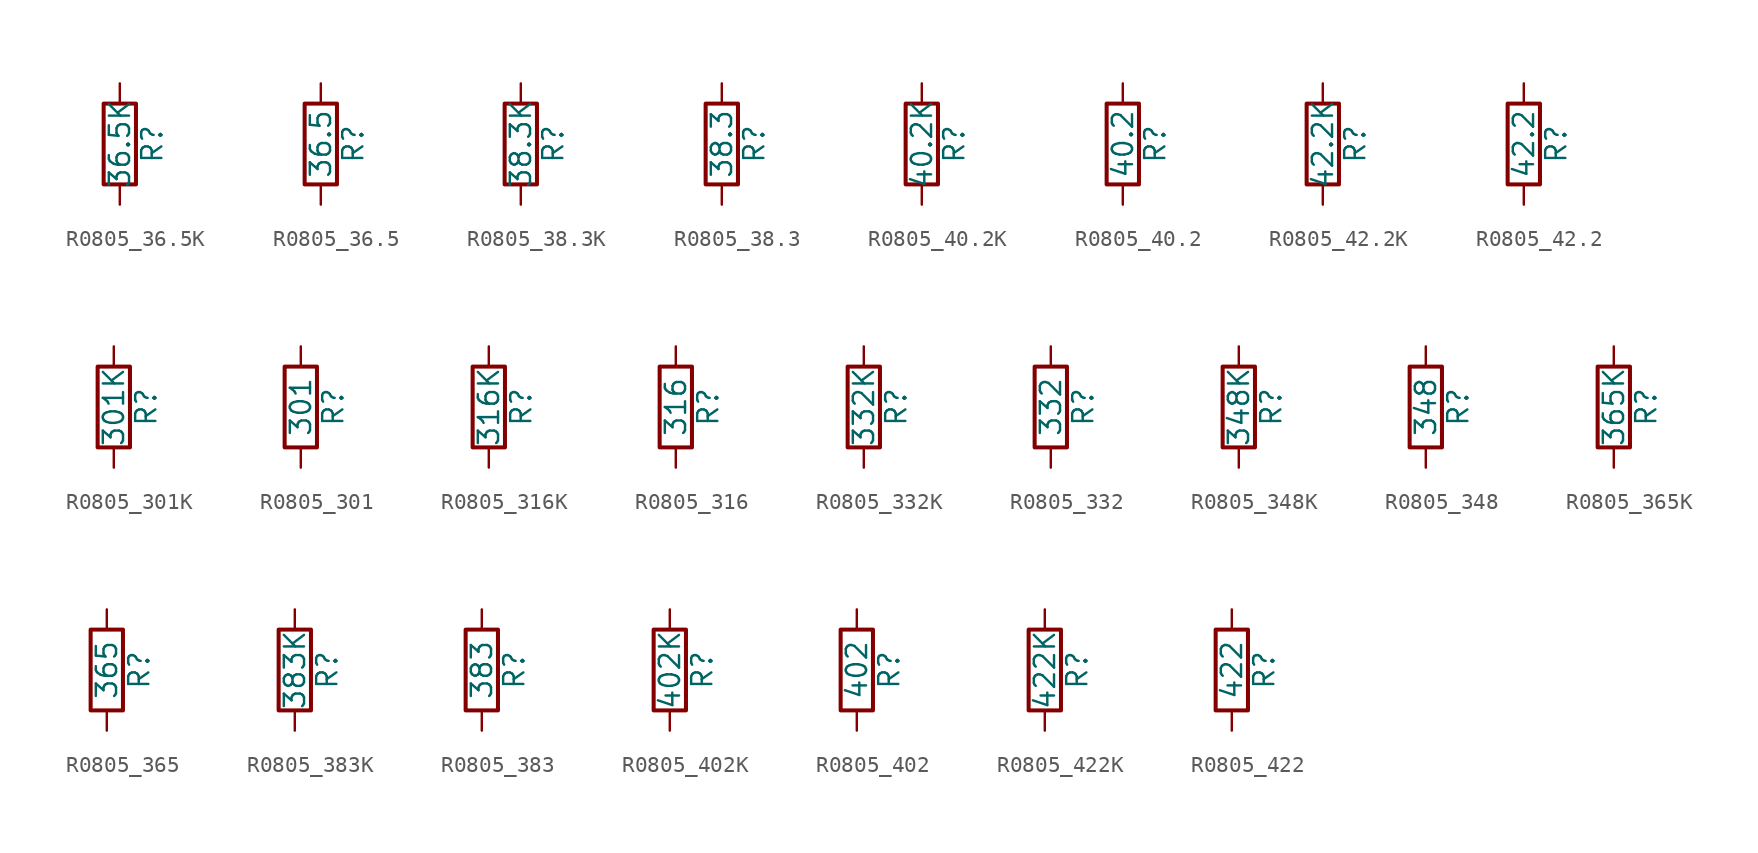
<source format=kicad_sym>
(kicad_symbol_lib
  (version 20211014)
  (generator atlantix-eda)
  (symbol "R0805_36.5K"
    (pin_numbers hide)
    (pin_names
      (offset 0))
    (property "Reference" "R"
      (at 2.032 0 90)
      (effects (font (size 1.27 1.27))))
    (property "Value" "36.5K"
      (at 0 0 90)
      (effects (font (size 1.27 1.27))))
    (symbol "R0805_36.5K_0_1"
      (rectangle (start -1.016 -2.54) (end 1.016 2.54) (stroke (width 0.254) (type default) (color 0 0 0 0)) (fill (type none))))
    (symbol "R0805_36.5K_1_1"
      (pin passive line (at 0 3.81 270) (length 1.27) (name "~" (effects (font (size 1.27 1.27)))) (number "1" (effects (font (size 1.27 1.27)))))
      (pin passive line (at 0 -3.81 90) (length 1.27) (name "~" (effects (font (size 1.27 1.27)))) (number "2" (effects (font (size 1.27 1.27)))))))
  (symbol "R0805_36.5"
    (pin_numbers hide)
    (pin_names
      (offset 0))
    (property "Reference" "R"
      (at 2.032 0 90)
      (effects (font (size 1.27 1.27))))
    (property "Value" "36.5"
      (at 0 0 90)
      (effects (font (size 1.27 1.27))))
    (symbol "R0805_36.5_0_1"
      (rectangle (start -1.016 -2.54) (end 1.016 2.54) (stroke (width 0.254) (type default) (color 0 0 0 0)) (fill (type none))))
    (symbol "R0805_36.5_1_1"
      (pin passive line (at 0 3.81 270) (length 1.27) (name "~" (effects (font (size 1.27 1.27)))) (number "1" (effects (font (size 1.27 1.27)))))
      (pin passive line (at 0 -3.81 90) (length 1.27) (name "~" (effects (font (size 1.27 1.27)))) (number "2" (effects (font (size 1.27 1.27)))))))
  (symbol "R0805_38.3K"
    (pin_numbers hide)
    (pin_names
      (offset 0))
    (property "Reference" "R"
      (at 2.032 0 90)
      (effects (font (size 1.27 1.27))))
    (property "Value" "38.3K"
      (at 0 0 90)
      (effects (font (size 1.27 1.27))))
    (symbol "R0805_38.3K_0_1"
      (rectangle (start -1.016 -2.54) (end 1.016 2.54) (stroke (width 0.254) (type default) (color 0 0 0 0)) (fill (type none))))
    (symbol "R0805_38.3K_1_1"
      (pin passive line (at 0 3.81 270) (length 1.27) (name "~" (effects (font (size 1.27 1.27)))) (number "1" (effects (font (size 1.27 1.27)))))
      (pin passive line (at 0 -3.81 90) (length 1.27) (name "~" (effects (font (size 1.27 1.27)))) (number "2" (effects (font (size 1.27 1.27)))))))
  (symbol "R0805_38.3"
    (pin_numbers hide)
    (pin_names
      (offset 0))
    (property "Reference" "R"
      (at 2.032 0 90)
      (effects (font (size 1.27 1.27))))
    (property "Value" "38.3"
      (at 0 0 90)
      (effects (font (size 1.27 1.27))))
    (symbol "R0805_38.3_0_1"
      (rectangle (start -1.016 -2.54) (end 1.016 2.54) (stroke (width 0.254) (type default) (color 0 0 0 0)) (fill (type none))))
    (symbol "R0805_38.3_1_1"
      (pin passive line (at 0 3.81 270) (length 1.27) (name "~" (effects (font (size 1.27 1.27)))) (number "1" (effects (font (size 1.27 1.27)))))
      (pin passive line (at 0 -3.81 90) (length 1.27) (name "~" (effects (font (size 1.27 1.27)))) (number "2" (effects (font (size 1.27 1.27)))))))
  (symbol "R0805_40.2K"
    (pin_numbers hide)
    (pin_names
      (offset 0))
    (property "Reference" "R"
      (at 2.032 0 90)
      (effects (font (size 1.27 1.27))))
    (property "Value" "40.2K"
      (at 0 0 90)
      (effects (font (size 1.27 1.27))))
    (symbol "R0805_40.2K_0_1"
      (rectangle (start -1.016 -2.54) (end 1.016 2.54) (stroke (width 0.254) (type default) (color 0 0 0 0)) (fill (type none))))
    (symbol "R0805_40.2K_1_1"
      (pin passive line (at 0 3.81 270) (length 1.27) (name "~" (effects (font (size 1.27 1.27)))) (number "1" (effects (font (size 1.27 1.27)))))
      (pin passive line (at 0 -3.81 90) (length 1.27) (name "~" (effects (font (size 1.27 1.27)))) (number "2" (effects (font (size 1.27 1.27)))))))
  (symbol "R0805_40.2"
    (pin_numbers hide)
    (pin_names
      (offset 0))
    (property "Reference" "R"
      (at 2.032 0 90)
      (effects (font (size 1.27 1.27))))
    (property "Value" "40.2"
      (at 0 0 90)
      (effects (font (size 1.27 1.27))))
    (symbol "R0805_40.2_0_1"
      (rectangle (start -1.016 -2.54) (end 1.016 2.54) (stroke (width 0.254) (type default) (color 0 0 0 0)) (fill (type none))))
    (symbol "R0805_40.2_1_1"
      (pin passive line (at 0 3.81 270) (length 1.27) (name "~" (effects (font (size 1.27 1.27)))) (number "1" (effects (font (size 1.27 1.27)))))
      (pin passive line (at 0 -3.81 90) (length 1.27) (name "~" (effects (font (size 1.27 1.27)))) (number "2" (effects (font (size 1.27 1.27)))))))
  (symbol "R0805_42.2K"
    (pin_numbers hide)
    (pin_names
      (offset 0))
    (property "Reference" "R"
      (at 2.032 0 90)
      (effects (font (size 1.27 1.27))))
    (property "Value" "42.2K"
      (at 0 0 90)
      (effects (font (size 1.27 1.27))))
    (symbol "R0805_42.2K_0_1"
      (rectangle (start -1.016 -2.54) (end 1.016 2.54) (stroke (width 0.254) (type default) (color 0 0 0 0)) (fill (type none))))
    (symbol "R0805_42.2K_1_1"
      (pin passive line (at 0 3.81 270) (length 1.27) (name "~" (effects (font (size 1.27 1.27)))) (number "1" (effects (font (size 1.27 1.27)))))
      (pin passive line (at 0 -3.81 90) (length 1.27) (name "~" (effects (font (size 1.27 1.27)))) (number "2" (effects (font (size 1.27 1.27)))))))
  (symbol "R0805_42.2"
    (pin_numbers hide)
    (pin_names
      (offset 0))
    (property "Reference" "R"
      (at 2.032 0 90)
      (effects (font (size 1.27 1.27))))
    (property "Value" "42.2"
      (at 0 0 90)
      (effects (font (size 1.27 1.27))))
    (symbol "R0805_42.2_0_1"
      (rectangle (start -1.016 -2.54) (end 1.016 2.54) (stroke (width 0.254) (type default) (color 0 0 0 0)) (fill (type none))))
    (symbol "R0805_42.2_1_1"
      (pin passive line (at 0 3.81 270) (length 1.27) (name "~" (effects (font (size 1.27 1.27)))) (number "1" (effects (font (size 1.27 1.27)))))
      (pin passive line (at 0 -3.81 90) (length 1.27) (name "~" (effects (font (size 1.27 1.27)))) (number "2" (effects (font (size 1.27 1.27)))))))
  (symbol "R0805_301K"
    (pin_numbers hide)
    (pin_names
      (offset 0))
    (property "Reference" "R"
      (at 2.032 0 90)
      (effects (font (size 1.27 1.27))))
    (property "Value" "301K"
      (at 0 0 90)
      (effects (font (size 1.27 1.27))))
    (symbol "R0805_301K_0_1"
      (rectangle (start -1.016 -2.54) (end 1.016 2.54) (stroke (width 0.254) (type default) (color 0 0 0 0)) (fill (type none))))
    (symbol "R0805_301K_1_1"
      (pin passive line (at 0 3.81 270) (length 1.27) (name "~" (effects (font (size 1.27 1.27)))) (number "1" (effects (font (size 1.27 1.27)))))
      (pin passive line (at 0 -3.81 90) (length 1.27) (name "~" (effects (font (size 1.27 1.27)))) (number "2" (effects (font (size 1.27 1.27)))))))
  (symbol "R0805_301"
    (pin_numbers hide)
    (pin_names
      (offset 0))
    (property "Reference" "R"
      (at 2.032 0 90)
      (effects (font (size 1.27 1.27))))
    (property "Value" "301"
      (at 0 0 90)
      (effects (font (size 1.27 1.27))))
    (symbol "R0805_301_0_1"
      (rectangle (start -1.016 -2.54) (end 1.016 2.54) (stroke (width 0.254) (type default) (color 0 0 0 0)) (fill (type none))))
    (symbol "R0805_301_1_1"
      (pin passive line (at 0 3.81 270) (length 1.27) (name "~" (effects (font (size 1.27 1.27)))) (number "1" (effects (font (size 1.27 1.27)))))
      (pin passive line (at 0 -3.81 90) (length 1.27) (name "~" (effects (font (size 1.27 1.27)))) (number "2" (effects (font (size 1.27 1.27)))))))
  (symbol "R0805_316K"
    (pin_numbers hide)
    (pin_names
      (offset 0))
    (property "Reference" "R"
      (at 2.032 0 90)
      (effects (font (size 1.27 1.27))))
    (property "Value" "316K"
      (at 0 0 90)
      (effects (font (size 1.27 1.27))))
    (symbol "R0805_316K_0_1"
      (rectangle (start -1.016 -2.54) (end 1.016 2.54) (stroke (width 0.254) (type default) (color 0 0 0 0)) (fill (type none))))
    (symbol "R0805_316K_1_1"
      (pin passive line (at 0 3.81 270) (length 1.27) (name "~" (effects (font (size 1.27 1.27)))) (number "1" (effects (font (size 1.27 1.27)))))
      (pin passive line (at 0 -3.81 90) (length 1.27) (name "~" (effects (font (size 1.27 1.27)))) (number "2" (effects (font (size 1.27 1.27)))))))
  (symbol "R0805_316"
    (pin_numbers hide)
    (pin_names
      (offset 0))
    (property "Reference" "R"
      (at 2.032 0 90)
      (effects (font (size 1.27 1.27))))
    (property "Value" "316"
      (at 0 0 90)
      (effects (font (size 1.27 1.27))))
    (symbol "R0805_316_0_1"
      (rectangle (start -1.016 -2.54) (end 1.016 2.54) (stroke (width 0.254) (type default) (color 0 0 0 0)) (fill (type none))))
    (symbol "R0805_316_1_1"
      (pin passive line (at 0 3.81 270) (length 1.27) (name "~" (effects (font (size 1.27 1.27)))) (number "1" (effects (font (size 1.27 1.27)))))
      (pin passive line (at 0 -3.81 90) (length 1.27) (name "~" (effects (font (size 1.27 1.27)))) (number "2" (effects (font (size 1.27 1.27)))))))
  (symbol "R0805_332K"
    (pin_numbers hide)
    (pin_names
      (offset 0))
    (property "Reference" "R"
      (at 2.032 0 90)
      (effects (font (size 1.27 1.27))))
    (property "Value" "332K"
      (at 0 0 90)
      (effects (font (size 1.27 1.27))))
    (symbol "R0805_332K_0_1"
      (rectangle (start -1.016 -2.54) (end 1.016 2.54) (stroke (width 0.254) (type default) (color 0 0 0 0)) (fill (type none))))
    (symbol "R0805_332K_1_1"
      (pin passive line (at 0 3.81 270) (length 1.27) (name "~" (effects (font (size 1.27 1.27)))) (number "1" (effects (font (size 1.27 1.27)))))
      (pin passive line (at 0 -3.81 90) (length 1.27) (name "~" (effects (font (size 1.27 1.27)))) (number "2" (effects (font (size 1.27 1.27)))))))
  (symbol "R0805_332"
    (pin_numbers hide)
    (pin_names
      (offset 0))
    (property "Reference" "R"
      (at 2.032 0 90)
      (effects (font (size 1.27 1.27))))
    (property "Value" "332"
      (at 0 0 90)
      (effects (font (size 1.27 1.27))))
    (symbol "R0805_332_0_1"
      (rectangle (start -1.016 -2.54) (end 1.016 2.54) (stroke (width 0.254) (type default) (color 0 0 0 0)) (fill (type none))))
    (symbol "R0805_332_1_1"
      (pin passive line (at 0 3.81 270) (length 1.27) (name "~" (effects (font (size 1.27 1.27)))) (number "1" (effects (font (size 1.27 1.27)))))
      (pin passive line (at 0 -3.81 90) (length 1.27) (name "~" (effects (font (size 1.27 1.27)))) (number "2" (effects (font (size 1.27 1.27)))))))
  (symbol "R0805_348K"
    (pin_numbers hide)
    (pin_names
      (offset 0))
    (property "Reference" "R"
      (at 2.032 0 90)
      (effects (font (size 1.27 1.27))))
    (property "Value" "348K"
      (at 0 0 90)
      (effects (font (size 1.27 1.27))))
    (symbol "R0805_348K_0_1"
      (rectangle (start -1.016 -2.54) (end 1.016 2.54) (stroke (width 0.254) (type default) (color 0 0 0 0)) (fill (type none))))
    (symbol "R0805_348K_1_1"
      (pin passive line (at 0 3.81 270) (length 1.27) (name "~" (effects (font (size 1.27 1.27)))) (number "1" (effects (font (size 1.27 1.27)))))
      (pin passive line (at 0 -3.81 90) (length 1.27) (name "~" (effects (font (size 1.27 1.27)))) (number "2" (effects (font (size 1.27 1.27)))))))
  (symbol "R0805_348"
    (pin_numbers hide)
    (pin_names
      (offset 0))
    (property "Reference" "R"
      (at 2.032 0 90)
      (effects (font (size 1.27 1.27))))
    (property "Value" "348"
      (at 0 0 90)
      (effects (font (size 1.27 1.27))))
    (symbol "R0805_348_0_1"
      (rectangle (start -1.016 -2.54) (end 1.016 2.54) (stroke (width 0.254) (type default) (color 0 0 0 0)) (fill (type none))))
    (symbol "R0805_348_1_1"
      (pin passive line (at 0 3.81 270) (length 1.27) (name "~" (effects (font (size 1.27 1.27)))) (number "1" (effects (font (size 1.27 1.27)))))
      (pin passive line (at 0 -3.81 90) (length 1.27) (name "~" (effects (font (size 1.27 1.27)))) (number "2" (effects (font (size 1.27 1.27)))))))
  (symbol "R0805_365K"
    (pin_numbers hide)
    (pin_names
      (offset 0))
    (property "Reference" "R"
      (at 2.032 0 90)
      (effects (font (size 1.27 1.27))))
    (property "Value" "365K"
      (at 0 0 90)
      (effects (font (size 1.27 1.27))))
    (symbol "R0805_365K_0_1"
      (rectangle (start -1.016 -2.54) (end 1.016 2.54) (stroke (width 0.254) (type default) (color 0 0 0 0)) (fill (type none))))
    (symbol "R0805_365K_1_1"
      (pin passive line (at 0 3.81 270) (length 1.27) (name "~" (effects (font (size 1.27 1.27)))) (number "1" (effects (font (size 1.27 1.27)))))
      (pin passive line (at 0 -3.81 90) (length 1.27) (name "~" (effects (font (size 1.27 1.27)))) (number "2" (effects (font (size 1.27 1.27)))))))
  (symbol "R0805_365"
    (pin_numbers hide)
    (pin_names
      (offset 0))
    (property "Reference" "R"
      (at 2.032 0 90)
      (effects (font (size 1.27 1.27))))
    (property "Value" "365"
      (at 0 0 90)
      (effects (font (size 1.27 1.27))))
    (symbol "R0805_365_0_1"
      (rectangle (start -1.016 -2.54) (end 1.016 2.54) (stroke (width 0.254) (type default) (color 0 0 0 0)) (fill (type none))))
    (symbol "R0805_365_1_1"
      (pin passive line (at 0 3.81 270) (length 1.27) (name "~" (effects (font (size 1.27 1.27)))) (number "1" (effects (font (size 1.27 1.27)))))
      (pin passive line (at 0 -3.81 90) (length 1.27) (name "~" (effects (font (size 1.27 1.27)))) (number "2" (effects (font (size 1.27 1.27)))))))
  (symbol "R0805_383K"
    (pin_numbers hide)
    (pin_names
      (offset 0))
    (property "Reference" "R"
      (at 2.032 0 90)
      (effects (font (size 1.27 1.27))))
    (property "Value" "383K"
      (at 0 0 90)
      (effects (font (size 1.27 1.27))))
    (symbol "R0805_383K_0_1"
      (rectangle (start -1.016 -2.54) (end 1.016 2.54) (stroke (width 0.254) (type default) (color 0 0 0 0)) (fill (type none))))
    (symbol "R0805_383K_1_1"
      (pin passive line (at 0 3.81 270) (length 1.27) (name "~" (effects (font (size 1.27 1.27)))) (number "1" (effects (font (size 1.27 1.27)))))
      (pin passive line (at 0 -3.81 90) (length 1.27) (name "~" (effects (font (size 1.27 1.27)))) (number "2" (effects (font (size 1.27 1.27)))))))
  (symbol "R0805_383"
    (pin_numbers hide)
    (pin_names
      (offset 0))
    (property "Reference" "R"
      (at 2.032 0 90)
      (effects (font (size 1.27 1.27))))
    (property "Value" "383"
      (at 0 0 90)
      (effects (font (size 1.27 1.27))))
    (symbol "R0805_383_0_1"
      (rectangle (start -1.016 -2.54) (end 1.016 2.54) (stroke (width 0.254) (type default) (color 0 0 0 0)) (fill (type none))))
    (symbol "R0805_383_1_1"
      (pin passive line (at 0 3.81 270) (length 1.27) (name "~" (effects (font (size 1.27 1.27)))) (number "1" (effects (font (size 1.27 1.27)))))
      (pin passive line (at 0 -3.81 90) (length 1.27) (name "~" (effects (font (size 1.27 1.27)))) (number "2" (effects (font (size 1.27 1.27)))))))
  (symbol "R0805_402K"
    (pin_numbers hide)
    (pin_names
      (offset 0))
    (property "Reference" "R"
      (at 2.032 0 90)
      (effects (font (size 1.27 1.27))))
    (property "Value" "402K"
      (at 0 0 90)
      (effects (font (size 1.27 1.27))))
    (symbol "R0805_402K_0_1"
      (rectangle (start -1.016 -2.54) (end 1.016 2.54) (stroke (width 0.254) (type default) (color 0 0 0 0)) (fill (type none))))
    (symbol "R0805_402K_1_1"
      (pin passive line (at 0 3.81 270) (length 1.27) (name "~" (effects (font (size 1.27 1.27)))) (number "1" (effects (font (size 1.27 1.27)))))
      (pin passive line (at 0 -3.81 90) (length 1.27) (name "~" (effects (font (size 1.27 1.27)))) (number "2" (effects (font (size 1.27 1.27)))))))
  (symbol "R0805_402"
    (pin_numbers hide)
    (pin_names
      (offset 0))
    (property "Reference" "R"
      (at 2.032 0 90)
      (effects (font (size 1.27 1.27))))
    (property "Value" "402"
      (at 0 0 90)
      (effects (font (size 1.27 1.27))))
    (symbol "R0805_402_0_1"
      (rectangle (start -1.016 -2.54) (end 1.016 2.54) (stroke (width 0.254) (type default) (color 0 0 0 0)) (fill (type none))))
    (symbol "R0805_402_1_1"
      (pin passive line (at 0 3.81 270) (length 1.27) (name "~" (effects (font (size 1.27 1.27)))) (number "1" (effects (font (size 1.27 1.27)))))
      (pin passive line (at 0 -3.81 90) (length 1.27) (name "~" (effects (font (size 1.27 1.27)))) (number "2" (effects (font (size 1.27 1.27)))))))
  (symbol "R0805_422K"
    (pin_numbers hide)
    (pin_names
      (offset 0))
    (property "Reference" "R"
      (at 2.032 0 90)
      (effects (font (size 1.27 1.27))))
    (property "Value" "422K"
      (at 0 0 90)
      (effects (font (size 1.27 1.27))))
    (symbol "R0805_422K_0_1"
      (rectangle (start -1.016 -2.54) (end 1.016 2.54) (stroke (width 0.254) (type default) (color 0 0 0 0)) (fill (type none))))
    (symbol "R0805_422K_1_1"
      (pin passive line (at 0 3.81 270) (length 1.27) (name "~" (effects (font (size 1.27 1.27)))) (number "1" (effects (font (size 1.27 1.27)))))
      (pin passive line (at 0 -3.81 90) (length 1.27) (name "~" (effects (font (size 1.27 1.27)))) (number "2" (effects (font (size 1.27 1.27)))))))
  (symbol "R0805_422"
    (pin_numbers hide)
    (pin_names
      (offset 0))
    (property "Reference" "R"
      (at 2.032 0 90)
      (effects (font (size 1.27 1.27))))
    (property "Value" "422"
      (at 0 0 90)
      (effects (font (size 1.27 1.27))))
    (symbol "R0805_422_0_1"
      (rectangle (start -1.016 -2.54) (end 1.016 2.54) (stroke (width 0.254) (type default) (color 0 0 0 0)) (fill (type none))))
    (symbol "R0805_422_1_1"
      (pin passive line (at 0 3.81 270) (length 1.27) (name "~" (effects (font (size 1.27 1.27)))) (number "1" (effects (font (size 1.27 1.27)))))
      (pin passive line (at 0 -3.81 90) (length 1.27) (name "~" (effects (font (size 1.27 1.27)))) (number "2" (effects (font (size 1.27 1.27))))))))
</source>
